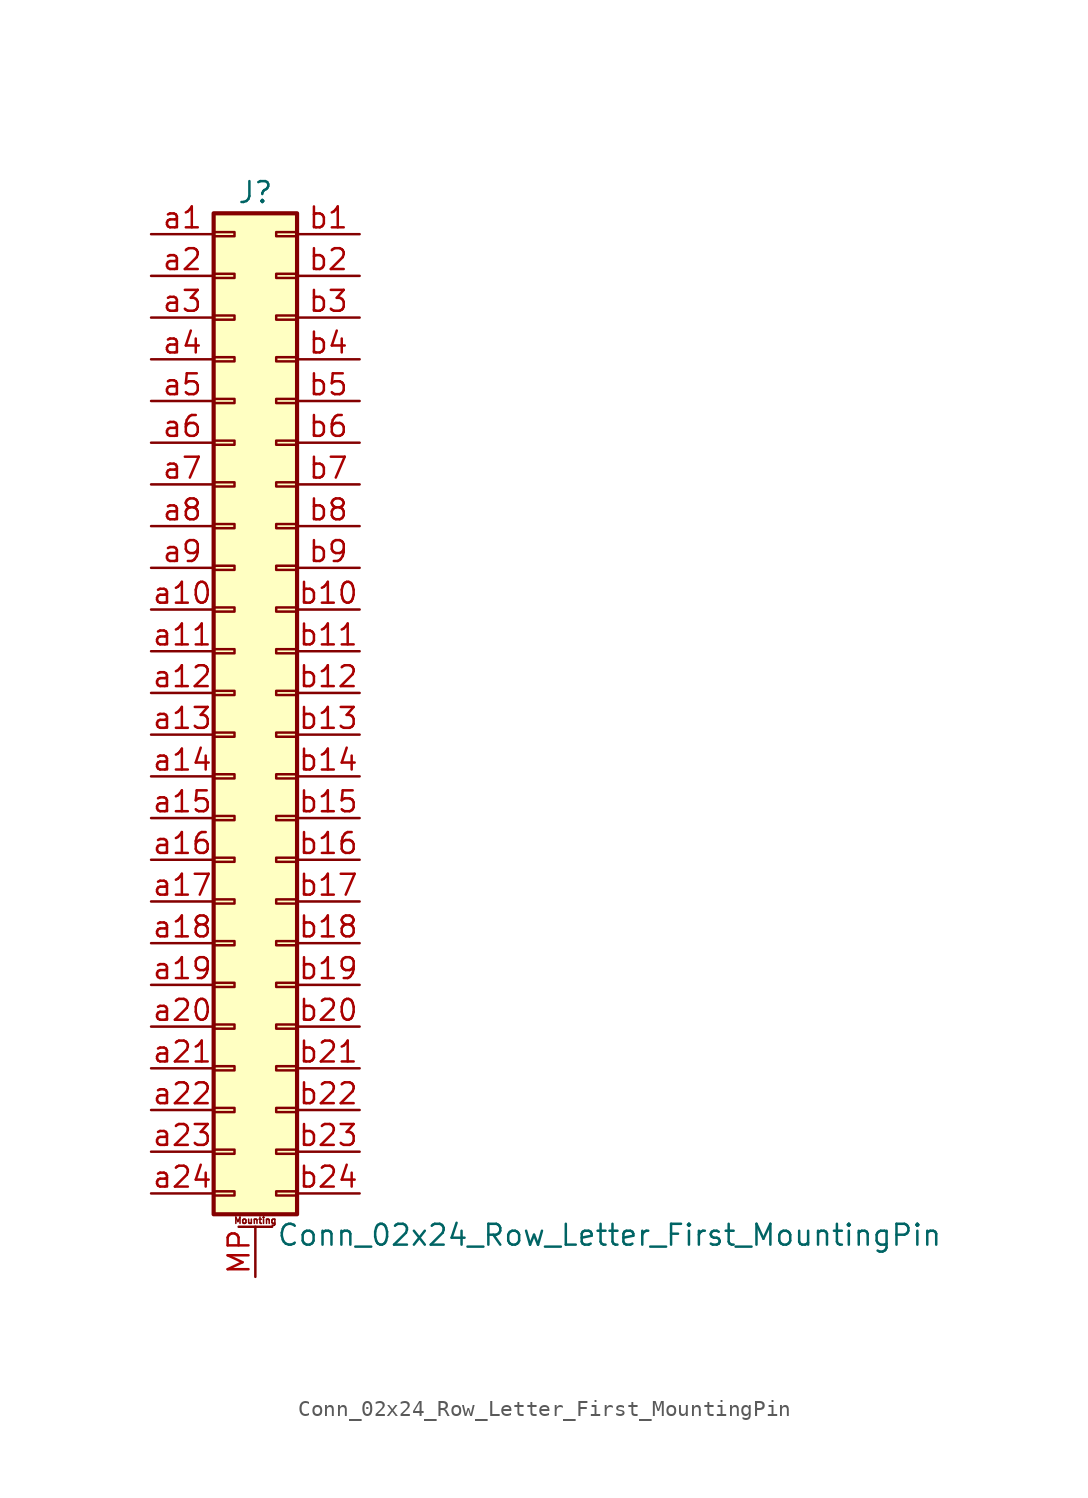
<source format=kicad_sym>
(kicad_symbol_lib
  (version 20220914)
  (generator kicad_symbol_editor)
  (symbol "Conn_02x24_Row_Letter_First_MountingPin"
    (pin_names
      (offset 1.016) hide)
    (property "Reference" "J"
      (at 1.27 30.48 0)
      (effects (font (size 1.27 1.27))))
    (property "Value" "Conn_02x24_Row_Letter_First_MountingPin"
      (at 2.54 -33.02 0)
      (effects (font (size 1.27 1.27)) (justify left)))
    (symbol "Conn_02x24_Row_Letter_First_MountingPin_1_1"
      (rectangle (start -1.27 -30.353) (end 0 -30.607) (stroke (width 0.152) (type default)) (fill (type none)))
      (rectangle (start -1.27 -27.813) (end 0 -28.067) (stroke (width 0.152) (type default)) (fill (type none)))
      (rectangle (start -1.27 -25.273) (end 0 -25.527) (stroke (width 0.152) (type default)) (fill (type none)))
      (rectangle (start -1.27 -22.733) (end 0 -22.987) (stroke (width 0.152) (type default)) (fill (type none)))
      (rectangle (start -1.27 -20.193) (end 0 -20.447) (stroke (width 0.152) (type default)) (fill (type none)))
      (rectangle (start -1.27 -17.653) (end 0 -17.907) (stroke (width 0.152) (type default)) (fill (type none)))
      (rectangle (start -1.27 -15.113) (end 0 -15.367) (stroke (width 0.152) (type default)) (fill (type none)))
      (rectangle (start -1.27 -12.573) (end 0 -12.827) (stroke (width 0.152) (type default)) (fill (type none)))
      (rectangle (start -1.27 -10.033) (end 0 -10.287) (stroke (width 0.152) (type default)) (fill (type none)))
      (rectangle (start -1.27 -7.493) (end 0 -7.747) (stroke (width 0.152) (type default)) (fill (type none)))
      (rectangle (start -1.27 -4.953) (end 0 -5.207) (stroke (width 0.152) (type default)) (fill (type none)))
      (rectangle (start -1.27 -2.413) (end 0 -2.667) (stroke (width 0.152) (type default)) (fill (type none)))
      (rectangle (start -1.27 0.127) (end 0 -0.127) (stroke (width 0.152) (type default)) (fill (type none)))
      (rectangle (start -1.27 2.667) (end 0 2.413) (stroke (width 0.152) (type default)) (fill (type none)))
      (rectangle (start -1.27 5.207) (end 0 4.953) (stroke (width 0.152) (type default)) (fill (type none)))
      (rectangle (start -1.27 7.747) (end 0 7.493) (stroke (width 0.152) (type default)) (fill (type none)))
      (rectangle (start -1.27 10.287) (end 0 10.033) (stroke (width 0.152) (type default)) (fill (type none)))
      (rectangle (start -1.27 12.827) (end 0 12.573) (stroke (width 0.152) (type default)) (fill (type none)))
      (rectangle (start -1.27 15.367) (end 0 15.113) (stroke (width 0.152) (type default)) (fill (type none)))
      (rectangle (start -1.27 17.907) (end 0 17.653) (stroke (width 0.152) (type default)) (fill (type none)))
      (rectangle (start -1.27 20.447) (end 0 20.193) (stroke (width 0.152) (type default)) (fill (type none)))
      (rectangle (start -1.27 22.987) (end 0 22.733) (stroke (width 0.152) (type default)) (fill (type none)))
      (rectangle (start -1.27 25.527) (end 0 25.273) (stroke (width 0.152) (type default)) (fill (type none)))
      (rectangle (start -1.27 28.067) (end 0 27.813) (stroke (width 0.152) (type default)) (fill (type none)))
      (rectangle (start -1.27 29.21) (end 3.81 -31.75) (stroke (width 0.254) (type default)) (fill (type background)))
      (polyline (pts (xy 0.254 -32.512) (xy 2.286 -32.512)) (stroke (width 0.152) (type default)) (fill (type none)))
      (rectangle (start 3.81 -30.353) (end 2.54 -30.607) (stroke (width 0.152) (type default)) (fill (type none)))
      (rectangle (start 3.81 -27.813) (end 2.54 -28.067) (stroke (width 0.152) (type default)) (fill (type none)))
      (rectangle (start 3.81 -25.273) (end 2.54 -25.527) (stroke (width 0.152) (type default)) (fill (type none)))
      (rectangle (start 3.81 -22.733) (end 2.54 -22.987) (stroke (width 0.152) (type default)) (fill (type none)))
      (rectangle (start 3.81 -20.193) (end 2.54 -20.447) (stroke (width 0.152) (type default)) (fill (type none)))
      (rectangle (start 3.81 -17.653) (end 2.54 -17.907) (stroke (width 0.152) (type default)) (fill (type none)))
      (rectangle (start 3.81 -15.113) (end 2.54 -15.367) (stroke (width 0.152) (type default)) (fill (type none)))
      (rectangle (start 3.81 -12.573) (end 2.54 -12.827) (stroke (width 0.152) (type default)) (fill (type none)))
      (rectangle (start 3.81 -10.033) (end 2.54 -10.287) (stroke (width 0.152) (type default)) (fill (type none)))
      (rectangle (start 3.81 -7.493) (end 2.54 -7.747) (stroke (width 0.152) (type default)) (fill (type none)))
      (rectangle (start 3.81 -4.953) (end 2.54 -5.207) (stroke (width 0.152) (type default)) (fill (type none)))
      (rectangle (start 3.81 -2.413) (end 2.54 -2.667) (stroke (width 0.152) (type default)) (fill (type none)))
      (rectangle (start 3.81 0.127) (end 2.54 -0.127) (stroke (width 0.152) (type default)) (fill (type none)))
      (rectangle (start 3.81 2.667) (end 2.54 2.413) (stroke (width 0.152) (type default)) (fill (type none)))
      (rectangle (start 3.81 5.207) (end 2.54 4.953) (stroke (width 0.152) (type default)) (fill (type none)))
      (rectangle (start 3.81 7.747) (end 2.54 7.493) (stroke (width 0.152) (type default)) (fill (type none)))
      (rectangle (start 3.81 10.287) (end 2.54 10.033) (stroke (width 0.152) (type default)) (fill (type none)))
      (rectangle (start 3.81 12.827) (end 2.54 12.573) (stroke (width 0.152) (type default)) (fill (type none)))
      (rectangle (start 3.81 15.367) (end 2.54 15.113) (stroke (width 0.152) (type default)) (fill (type none)))
      (rectangle (start 3.81 17.907) (end 2.54 17.653) (stroke (width 0.152) (type default)) (fill (type none)))
      (rectangle (start 3.81 20.447) (end 2.54 20.193) (stroke (width 0.152) (type default)) (fill (type none)))
      (rectangle (start 3.81 22.987) (end 2.54 22.733) (stroke (width 0.152) (type default)) (fill (type none)))
      (rectangle (start 3.81 25.527) (end 2.54 25.273) (stroke (width 0.152) (type default)) (fill (type none)))
      (rectangle (start 3.81 28.067) (end 2.54 27.813) (stroke (width 0.152) (type default)) (fill (type none)))
      (text "Mounting" (at 1.27 -32.131 0) (effects (font (size 0.381 0.381))))
      (pin passive line (at 1.27 -35.56 90) (length 3.048) (name "MountPin" (effects (font (size 1.27 1.27)))) (number "MP" (effects (font (size 1.27 1.27)))))
      (pin passive line (at -5.08 27.94 0) (length 3.81) (name "Pin_a1" (effects (font (size 1.27 1.27)))) (number "a1" (effects (font (size 1.27 1.27)))))
      (pin passive line (at -5.08 5.08 0) (length 3.81) (name "Pin_a10" (effects (font (size 1.27 1.27)))) (number "a10" (effects (font (size 1.27 1.27)))))
      (pin passive line (at -5.08 2.54 0) (length 3.81) (name "Pin_a11" (effects (font (size 1.27 1.27)))) (number "a11" (effects (font (size 1.27 1.27)))))
      (pin passive line (at -5.08 0 0) (length 3.81) (name "Pin_a12" (effects (font (size 1.27 1.27)))) (number "a12" (effects (font (size 1.27 1.27)))))
      (pin passive line (at -5.08 -2.54 0) (length 3.81) (name "Pin_a13" (effects (font (size 1.27 1.27)))) (number "a13" (effects (font (size 1.27 1.27)))))
      (pin passive line (at -5.08 -5.08 0) (length 3.81) (name "Pin_a14" (effects (font (size 1.27 1.27)))) (number "a14" (effects (font (size 1.27 1.27)))))
      (pin passive line (at -5.08 -7.62 0) (length 3.81) (name "Pin_a15" (effects (font (size 1.27 1.27)))) (number "a15" (effects (font (size 1.27 1.27)))))
      (pin passive line (at -5.08 -10.16 0) (length 3.81) (name "Pin_a16" (effects (font (size 1.27 1.27)))) (number "a16" (effects (font (size 1.27 1.27)))))
      (pin passive line (at -5.08 -12.7 0) (length 3.81) (name "Pin_a17" (effects (font (size 1.27 1.27)))) (number "a17" (effects (font (size 1.27 1.27)))))
      (pin passive line (at -5.08 -15.24 0) (length 3.81) (name "Pin_a18" (effects (font (size 1.27 1.27)))) (number "a18" (effects (font (size 1.27 1.27)))))
      (pin passive line (at -5.08 -17.78 0) (length 3.81) (name "Pin_a19" (effects (font (size 1.27 1.27)))) (number "a19" (effects (font (size 1.27 1.27)))))
      (pin passive line (at -5.08 25.4 0) (length 3.81) (name "Pin_a2" (effects (font (size 1.27 1.27)))) (number "a2" (effects (font (size 1.27 1.27)))))
      (pin passive line (at -5.08 -20.32 0) (length 3.81) (name "Pin_a20" (effects (font (size 1.27 1.27)))) (number "a20" (effects (font (size 1.27 1.27)))))
      (pin passive line (at -5.08 -22.86 0) (length 3.81) (name "Pin_a21" (effects (font (size 1.27 1.27)))) (number "a21" (effects (font (size 1.27 1.27)))))
      (pin passive line (at -5.08 -25.4 0) (length 3.81) (name "Pin_a22" (effects (font (size 1.27 1.27)))) (number "a22" (effects (font (size 1.27 1.27)))))
      (pin passive line (at -5.08 -27.94 0) (length 3.81) (name "Pin_a23" (effects (font (size 1.27 1.27)))) (number "a23" (effects (font (size 1.27 1.27)))))
      (pin passive line (at -5.08 -30.48 0) (length 3.81) (name "Pin_a24" (effects (font (size 1.27 1.27)))) (number "a24" (effects (font (size 1.27 1.27)))))
      (pin passive line (at -5.08 22.86 0) (length 3.81) (name "Pin_a3" (effects (font (size 1.27 1.27)))) (number "a3" (effects (font (size 1.27 1.27)))))
      (pin passive line (at -5.08 20.32 0) (length 3.81) (name "Pin_a4" (effects (font (size 1.27 1.27)))) (number "a4" (effects (font (size 1.27 1.27)))))
      (pin passive line (at -5.08 17.78 0) (length 3.81) (name "Pin_a5" (effects (font (size 1.27 1.27)))) (number "a5" (effects (font (size 1.27 1.27)))))
      (pin passive line (at -5.08 15.24 0) (length 3.81) (name "Pin_a6" (effects (font (size 1.27 1.27)))) (number "a6" (effects (font (size 1.27 1.27)))))
      (pin passive line (at -5.08 12.7 0) (length 3.81) (name "Pin_a7" (effects (font (size 1.27 1.27)))) (number "a7" (effects (font (size 1.27 1.27)))))
      (pin passive line (at -5.08 10.16 0) (length 3.81) (name "Pin_a8" (effects (font (size 1.27 1.27)))) (number "a8" (effects (font (size 1.27 1.27)))))
      (pin passive line (at -5.08 7.62 0) (length 3.81) (name "Pin_a9" (effects (font (size 1.27 1.27)))) (number "a9" (effects (font (size 1.27 1.27)))))
      (pin passive line (at 7.62 27.94 180) (length 3.81) (name "Pin_b1" (effects (font (size 1.27 1.27)))) (number "b1" (effects (font (size 1.27 1.27)))))
      (pin passive line (at 7.62 5.08 180) (length 3.81) (name "Pin_b10" (effects (font (size 1.27 1.27)))) (number "b10" (effects (font (size 1.27 1.27)))))
      (pin passive line (at 7.62 2.54 180) (length 3.81) (name "Pin_b11" (effects (font (size 1.27 1.27)))) (number "b11" (effects (font (size 1.27 1.27)))))
      (pin passive line (at 7.62 0 180) (length 3.81) (name "Pin_b12" (effects (font (size 1.27 1.27)))) (number "b12" (effects (font (size 1.27 1.27)))))
      (pin passive line (at 7.62 -2.54 180) (length 3.81) (name "Pin_b13" (effects (font (size 1.27 1.27)))) (number "b13" (effects (font (size 1.27 1.27)))))
      (pin passive line (at 7.62 -5.08 180) (length 3.81) (name "Pin_b14" (effects (font (size 1.27 1.27)))) (number "b14" (effects (font (size 1.27 1.27)))))
      (pin passive line (at 7.62 -7.62 180) (length 3.81) (name "Pin_b15" (effects (font (size 1.27 1.27)))) (number "b15" (effects (font (size 1.27 1.27)))))
      (pin passive line (at 7.62 -10.16 180) (length 3.81) (name "Pin_b16" (effects (font (size 1.27 1.27)))) (number "b16" (effects (font (size 1.27 1.27)))))
      (pin passive line (at 7.62 -12.7 180) (length 3.81) (name "Pin_b17" (effects (font (size 1.27 1.27)))) (number "b17" (effects (font (size 1.27 1.27)))))
      (pin passive line (at 7.62 -15.24 180) (length 3.81) (name "Pin_b18" (effects (font (size 1.27 1.27)))) (number "b18" (effects (font (size 1.27 1.27)))))
      (pin passive line (at 7.62 -17.78 180) (length 3.81) (name "Pin_b19" (effects (font (size 1.27 1.27)))) (number "b19" (effects (font (size 1.27 1.27)))))
      (pin passive line (at 7.62 25.4 180) (length 3.81) (name "Pin_b2" (effects (font (size 1.27 1.27)))) (number "b2" (effects (font (size 1.27 1.27)))))
      (pin passive line (at 7.62 -20.32 180) (length 3.81) (name "Pin_b20" (effects (font (size 1.27 1.27)))) (number "b20" (effects (font (size 1.27 1.27)))))
      (pin passive line (at 7.62 -22.86 180) (length 3.81) (name "Pin_b21" (effects (font (size 1.27 1.27)))) (number "b21" (effects (font (size 1.27 1.27)))))
      (pin passive line (at 7.62 -25.4 180) (length 3.81) (name "Pin_b22" (effects (font (size 1.27 1.27)))) (number "b22" (effects (font (size 1.27 1.27)))))
      (pin passive line (at 7.62 -27.94 180) (length 3.81) (name "Pin_b23" (effects (font (size 1.27 1.27)))) (number "b23" (effects (font (size 1.27 1.27)))))
      (pin passive line (at 7.62 -30.48 180) (length 3.81) (name "Pin_b24" (effects (font (size 1.27 1.27)))) (number "b24" (effects (font (size 1.27 1.27)))))
      (pin passive line (at 7.62 22.86 180) (length 3.81) (name "Pin_b3" (effects (font (size 1.27 1.27)))) (number "b3" (effects (font (size 1.27 1.27)))))
      (pin passive line (at 7.62 20.32 180) (length 3.81) (name "Pin_b4" (effects (font (size 1.27 1.27)))) (number "b4" (effects (font (size 1.27 1.27)))))
      (pin passive line (at 7.62 17.78 180) (length 3.81) (name "Pin_b5" (effects (font (size 1.27 1.27)))) (number "b5" (effects (font (size 1.27 1.27)))))
      (pin passive line (at 7.62 15.24 180) (length 3.81) (name "Pin_b6" (effects (font (size 1.27 1.27)))) (number "b6" (effects (font (size 1.27 1.27)))))
      (pin passive line (at 7.62 12.7 180) (length 3.81) (name "Pin_b7" (effects (font (size 1.27 1.27)))) (number "b7" (effects (font (size 1.27 1.27)))))
      (pin passive line (at 7.62 10.16 180) (length 3.81) (name "Pin_b8" (effects (font (size 1.27 1.27)))) (number "b8" (effects (font (size 1.27 1.27)))))
      (pin passive line (at 7.62 7.62 180) (length 3.81) (name "Pin_b9" (effects (font (size 1.27 1.27)))) (number "b9" (effects (font (size 1.27 1.27))))))))
</source>
